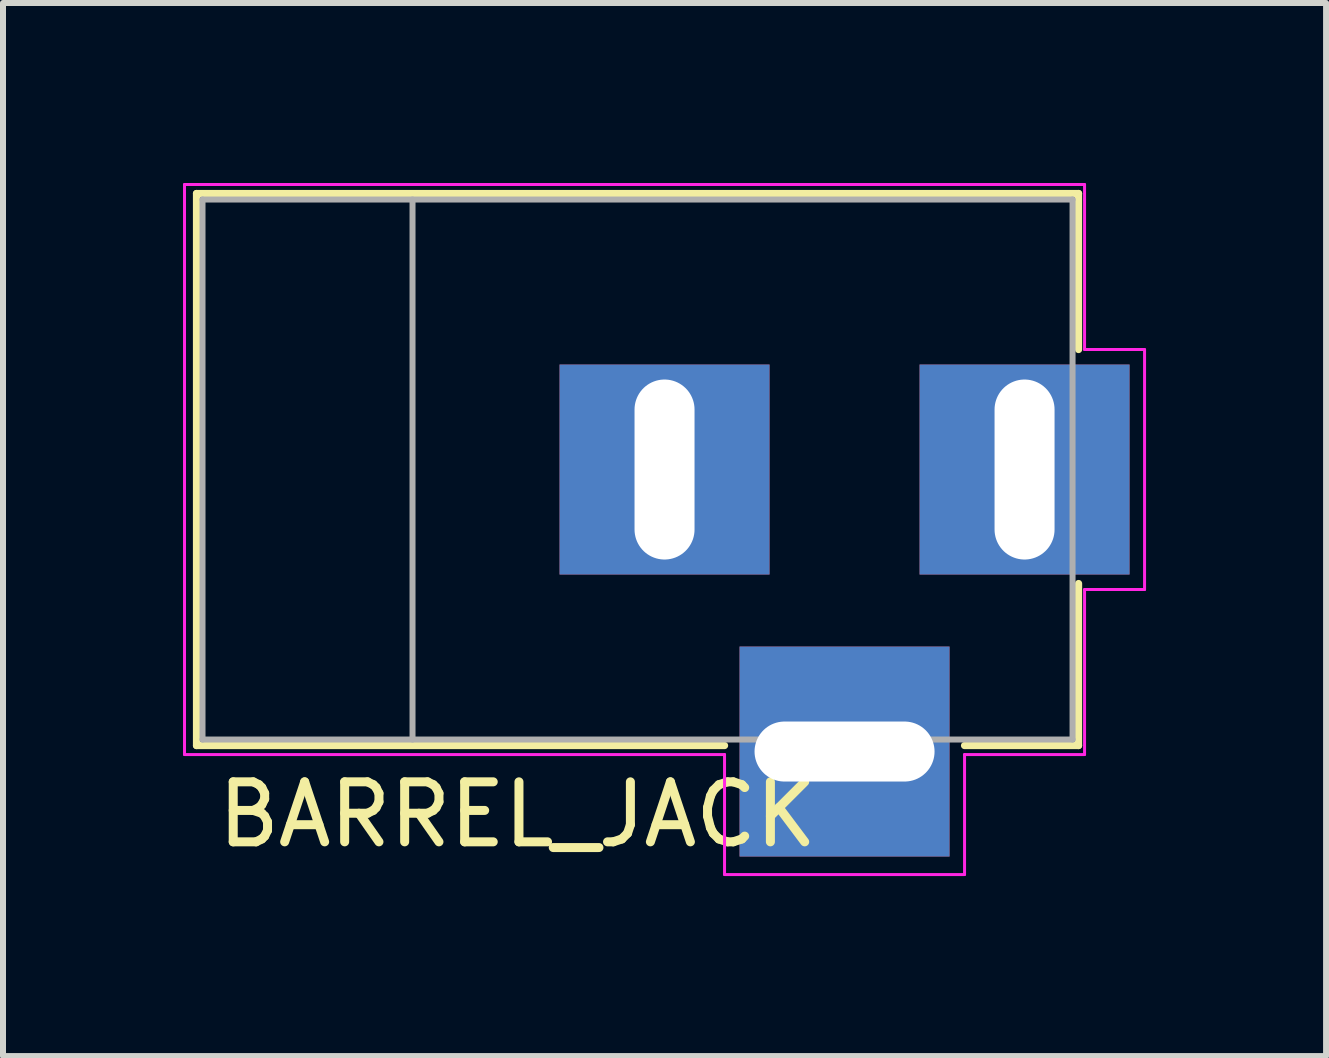
<source format=kicad_pcb>
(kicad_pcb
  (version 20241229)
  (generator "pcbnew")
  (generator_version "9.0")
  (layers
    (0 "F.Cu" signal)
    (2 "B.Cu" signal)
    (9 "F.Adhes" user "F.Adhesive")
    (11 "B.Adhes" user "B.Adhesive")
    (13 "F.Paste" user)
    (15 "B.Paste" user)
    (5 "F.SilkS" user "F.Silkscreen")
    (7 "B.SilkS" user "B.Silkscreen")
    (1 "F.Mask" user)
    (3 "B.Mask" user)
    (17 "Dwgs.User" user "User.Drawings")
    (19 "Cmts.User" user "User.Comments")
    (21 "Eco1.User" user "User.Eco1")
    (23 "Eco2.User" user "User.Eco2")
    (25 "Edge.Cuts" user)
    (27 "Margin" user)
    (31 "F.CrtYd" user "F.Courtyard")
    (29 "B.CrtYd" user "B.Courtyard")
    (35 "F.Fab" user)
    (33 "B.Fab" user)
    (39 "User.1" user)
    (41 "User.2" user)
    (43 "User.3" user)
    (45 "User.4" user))
  (footprint "BARREL_JACK"
    (layer "F.Cu")
    (at 14.025 4.775)
    (property "Reference" "BARREL_JACK" (at -8.45 5.75 180) (layer "F.SilkS") (effects (font (size 1 1) (thickness 0.15))))
    (attr through_hole)
    (fp_line (start -13.8 -4.6) (end 0.9 -4.6) (stroke (width 0.12) (type solid)) (layer "F.SilkS"))
    (fp_line (start -13.8 4.6) (end -13.8 -4.6) (stroke (width 0.12) (type solid)) (layer "F.SilkS"))
    (fp_line (start -5 4.6) (end -13.8 4.6) (stroke (width 0.12) (type solid)) (layer "F.SilkS"))
    (fp_line (start 0.9 -4.6) (end 0.9 -2) (stroke (width 0.12) (type solid)) (layer "F.SilkS"))
    (fp_line (start 0.9 1.9) (end 0.9 4.6) (stroke (width 0.12) (type solid)) (layer "F.SilkS"))
    (fp_line (start 0.9 4.6) (end -1 4.6) (stroke (width 0.12) (type solid)) (layer "F.SilkS"))
    (fp_line (start -14 4.75) (end -14 -4.75) (stroke (width 0.05) (type solid)) (layer "F.CrtYd"))
    (fp_line (start -5 4.75) (end -14 4.75) (stroke (width 0.05) (type solid)) (layer "F.CrtYd"))
    (fp_line (start -5 6.75) (end -5 4.75) (stroke (width 0.05) (type solid)) (layer "F.CrtYd"))
    (fp_line (start -1 4.75) (end -1 6.75) (stroke (width 0.05) (type solid)) (layer "F.CrtYd"))
    (fp_line (start -1 6.75) (end -5 6.75) (stroke (width 0.05) (type solid)) (layer "F.CrtYd"))
    (fp_line (start 1 -4.75) (end -14 -4.75) (stroke (width 0.05) (type solid)) (layer "F.CrtYd"))
    (fp_line (start 1 -4.5) (end 1 -4.75) (stroke (width 0.05) (type solid)) (layer "F.CrtYd"))
    (fp_line (start 1 -4.5) (end 1 -2) (stroke (width 0.05) (type solid)) (layer "F.CrtYd"))
    (fp_line (start 1 -2) (end 2 -2) (stroke (width 0.05) (type solid)) (layer "F.CrtYd"))
    (fp_line (start 1 2) (end 1 4.75) (stroke (width 0.05) (type solid)) (layer "F.CrtYd"))
    (fp_line (start 1 4.75) (end -1 4.75) (stroke (width 0.05) (type solid)) (layer "F.CrtYd"))
    (fp_line (start 2 -2) (end 2 2) (stroke (width 0.05) (type solid)) (layer "F.CrtYd"))
    (fp_line (start 2 2) (end 1 2) (stroke (width 0.05) (type solid)) (layer "F.CrtYd"))
    (fp_line (start -13.7 -4.5) (end -13.7 4.5) (stroke (width 0.1) (type solid)) (layer "F.Fab"))
    (fp_line (start -13.7 4.5) (end 0.8 4.5) (stroke (width 0.1) (type solid)) (layer "F.Fab"))
    (fp_line (start -10.2 -4.5) (end -10.2 4.5) (stroke (width 0.1) (type solid)) (layer "F.Fab"))
    (fp_line (start 0.8 -4.5) (end -13.7 -4.5) (stroke (width 0.1) (type solid)) (layer "F.Fab"))
    (fp_line (start 0.8 4.5) (end 0.8 -4.5) (stroke (width 0.1) (type solid)) (layer "F.Fab"))
    (pad "1" thru_hole rect (at 0 0) (size 3.5 3.5) (drill oval 1 3) (layers "*.Cu" "*.Mask"))
    (pad "2" thru_hole rect (at -6 0) (size 3.5 3.5) (drill oval 1 3) (layers "*.Cu" "*.Mask"))
    (pad "3" thru_hole rect (at -3 4.7) (size 3.5 3.5) (drill oval 3 1) (layers "*.Cu" "*.Mask")))
  (gr_rect
    (start -3 -3)
    (end 19.05 14.55)
    (stroke (width 0.1) (type default))
    (fill no)
    (layer "Edge.Cuts")))
</source>
